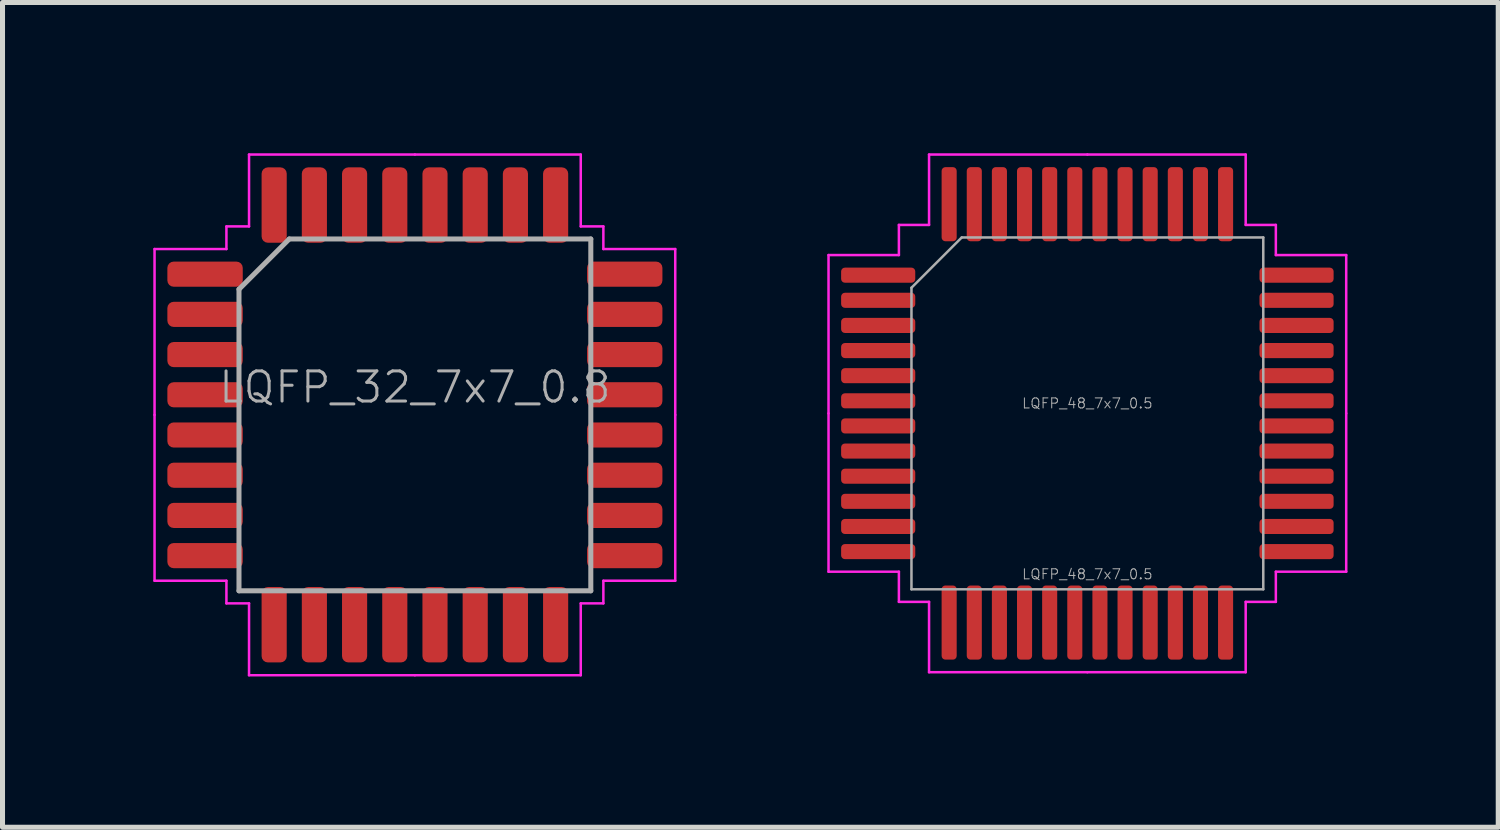
<source format=kicad_pcb>
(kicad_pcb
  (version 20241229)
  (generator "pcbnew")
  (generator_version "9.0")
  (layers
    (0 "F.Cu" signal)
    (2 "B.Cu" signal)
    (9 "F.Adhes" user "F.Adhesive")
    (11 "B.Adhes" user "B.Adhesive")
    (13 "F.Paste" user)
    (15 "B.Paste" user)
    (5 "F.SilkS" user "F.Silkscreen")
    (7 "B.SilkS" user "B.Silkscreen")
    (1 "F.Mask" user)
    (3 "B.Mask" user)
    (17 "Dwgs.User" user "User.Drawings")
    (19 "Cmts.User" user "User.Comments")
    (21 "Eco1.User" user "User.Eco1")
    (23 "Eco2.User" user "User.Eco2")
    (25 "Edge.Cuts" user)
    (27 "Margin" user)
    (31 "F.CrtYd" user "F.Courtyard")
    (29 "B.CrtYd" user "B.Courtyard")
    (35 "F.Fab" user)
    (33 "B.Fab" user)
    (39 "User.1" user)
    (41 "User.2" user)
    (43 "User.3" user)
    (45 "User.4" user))
  (footprint "LQFP_48_7x7_0.5"
    (layer "F.Cu")
    (at 18.585 5.175)
    (property "Reference" "LQFP_48_7x7_0.5" (at 0 -0.2 0) (unlocked yes) (layer "F.Fab") (effects (font (size 0.2 0.2) (thickness 0.02))))
    (attr smd)
    (fp_line (start -5.15 -3.15) (end -5.15 0) (stroke (width 0.05) (type solid)) (layer "F.CrtYd"))
    (fp_line (start -5.15 3.15) (end -5.15 0) (stroke (width 0.05) (type solid)) (layer "F.CrtYd"))
    (fp_line (start -3.75 -3.75) (end -3.75 -3.15) (stroke (width 0.05) (type solid)) (layer "F.CrtYd"))
    (fp_line (start -3.75 -3.15) (end -5.15 -3.15) (stroke (width 0.05) (type solid)) (layer "F.CrtYd"))
    (fp_line (start -3.75 3.15) (end -5.15 3.15) (stroke (width 0.05) (type solid)) (layer "F.CrtYd"))
    (fp_line (start -3.75 3.75) (end -3.75 3.15) (stroke (width 0.05) (type solid)) (layer "F.CrtYd"))
    (fp_line (start -3.15 -5.15) (end -3.15 -3.75) (stroke (width 0.05) (type solid)) (layer "F.CrtYd"))
    (fp_line (start -3.15 -3.75) (end -3.75 -3.75) (stroke (width 0.05) (type solid)) (layer "F.CrtYd"))
    (fp_line (start -3.15 3.75) (end -3.75 3.75) (stroke (width 0.05) (type solid)) (layer "F.CrtYd"))
    (fp_line (start -3.15 5.15) (end -3.15 3.75) (stroke (width 0.05) (type solid)) (layer "F.CrtYd"))
    (fp_line (start 0 -5.15) (end -3.15 -5.15) (stroke (width 0.05) (type solid)) (layer "F.CrtYd"))
    (fp_line (start 0 -5.15) (end 3.15 -5.15) (stroke (width 0.05) (type solid)) (layer "F.CrtYd"))
    (fp_line (start 0 5.15) (end -3.15 5.15) (stroke (width 0.05) (type solid)) (layer "F.CrtYd"))
    (fp_line (start 0 5.15) (end 3.15 5.15) (stroke (width 0.05) (type solid)) (layer "F.CrtYd"))
    (fp_line (start 3.15 -5.15) (end 3.15 -3.75) (stroke (width 0.05) (type solid)) (layer "F.CrtYd"))
    (fp_line (start 3.15 -3.75) (end 3.75 -3.75) (stroke (width 0.05) (type solid)) (layer "F.CrtYd"))
    (fp_line (start 3.15 3.75) (end 3.75 3.75) (stroke (width 0.05) (type solid)) (layer "F.CrtYd"))
    (fp_line (start 3.15 5.15) (end 3.15 3.75) (stroke (width 0.05) (type solid)) (layer "F.CrtYd"))
    (fp_line (start 3.75 -3.75) (end 3.75 -3.15) (stroke (width 0.05) (type solid)) (layer "F.CrtYd"))
    (fp_line (start 3.75 -3.15) (end 5.15 -3.15) (stroke (width 0.05) (type solid)) (layer "F.CrtYd"))
    (fp_line (start 3.75 3.15) (end 5.15 3.15) (stroke (width 0.05) (type solid)) (layer "F.CrtYd"))
    (fp_line (start 3.75 3.75) (end 3.75 3.15) (stroke (width 0.05) (type solid)) (layer "F.CrtYd"))
    (fp_line (start 5.15 -3.15) (end 5.15 0) (stroke (width 0.05) (type solid)) (layer "F.CrtYd"))
    (fp_line (start 5.15 3.15) (end 5.15 0) (stroke (width 0.05) (type solid)) (layer "F.CrtYd"))
    (fp_line (start -3.5 -2.5) (end -2.5 -3.5) (stroke (width 0.05) (type solid)) (layer "F.Fab"))
    (fp_line (start -3.5 3.5) (end -3.5 -2.5) (stroke (width 0.05) (type solid)) (layer "F.Fab"))
    (fp_line (start -2.5 -3.5) (end 3.5 -3.5) (stroke (width 0.05) (type solid)) (layer "F.Fab"))
    (fp_line (start 3.5 -3.5) (end 3.5 3.5) (stroke (width 0.05) (type solid)) (layer "F.Fab"))
    (fp_line (start 3.5 3.5) (end -3.5 3.5) (stroke (width 0.05) (type solid)) (layer "F.Fab"))
    (fp_text user "LQFP_48_7x7_0.5" (at 0 3.2 0) (unlocked yes) (layer "F.Fab") (effects (font (size 0.2 0.2) (thickness 0.02))))
    (pad "1" smd roundrect (at -4.162 -2.75) (size 1.475 0.3) (layers "F.Cu" "F.Mask" "F.Paste") (roundrect_rratio 0.25))
    (pad "2" smd roundrect (at -4.162 -2.25) (size 1.475 0.3) (layers "F.Cu" "F.Mask" "F.Paste") (roundrect_rratio 0.25))
    (pad "3" smd roundrect (at -4.162 -1.75) (size 1.475 0.3) (layers "F.Cu" "F.Mask" "F.Paste") (roundrect_rratio 0.25))
    (pad "4" smd roundrect (at -4.162 -1.25) (size 1.475 0.3) (layers "F.Cu" "F.Mask" "F.Paste") (roundrect_rratio 0.25))
    (pad "5" smd roundrect (at -4.162 -0.75) (size 1.475 0.3) (layers "F.Cu" "F.Mask" "F.Paste") (roundrect_rratio 0.25))
    (pad "6" smd roundrect (at -4.162 -0.25) (size 1.475 0.3) (layers "F.Cu" "F.Mask" "F.Paste") (roundrect_rratio 0.25))
    (pad "7" smd roundrect (at -4.162 0.25) (size 1.475 0.3) (layers "F.Cu" "F.Mask" "F.Paste") (roundrect_rratio 0.25))
    (pad "8" smd roundrect (at -4.162 0.75) (size 1.475 0.3) (layers "F.Cu" "F.Mask" "F.Paste") (roundrect_rratio 0.25))
    (pad "9" smd roundrect (at -4.162 1.25) (size 1.475 0.3) (layers "F.Cu" "F.Mask" "F.Paste") (roundrect_rratio 0.25))
    (pad "10" smd roundrect (at -4.162 1.75) (size 1.475 0.3) (layers "F.Cu" "F.Mask" "F.Paste") (roundrect_rratio 0.25))
    (pad "11" smd roundrect (at -4.162 2.25) (size 1.475 0.3) (layers "F.Cu" "F.Mask" "F.Paste") (roundrect_rratio 0.25))
    (pad "12" smd roundrect (at -4.162 2.75) (size 1.475 0.3) (layers "F.Cu" "F.Mask" "F.Paste") (roundrect_rratio 0.25))
    (pad "13" smd roundrect (at -2.75 4.162) (size 0.3 1.475) (layers "F.Cu" "F.Mask" "F.Paste") (roundrect_rratio 0.25))
    (pad "14" smd roundrect (at -2.25 4.162) (size 0.3 1.475) (layers "F.Cu" "F.Mask" "F.Paste") (roundrect_rratio 0.25))
    (pad "15" smd roundrect (at -1.75 4.162) (size 0.3 1.475) (layers "F.Cu" "F.Mask" "F.Paste") (roundrect_rratio 0.25))
    (pad "16" smd roundrect (at -1.25 4.162) (size 0.3 1.475) (layers "F.Cu" "F.Mask" "F.Paste") (roundrect_rratio 0.25))
    (pad "17" smd roundrect (at -0.75 4.162) (size 0.3 1.475) (layers "F.Cu" "F.Mask" "F.Paste") (roundrect_rratio 0.25))
    (pad "18" smd roundrect (at -0.25 4.162) (size 0.3 1.475) (layers "F.Cu" "F.Mask" "F.Paste") (roundrect_rratio 0.25))
    (pad "19" smd roundrect (at 0.25 4.162) (size 0.3 1.475) (layers "F.Cu" "F.Mask" "F.Paste") (roundrect_rratio 0.25))
    (pad "20" smd roundrect (at 0.75 4.162) (size 0.3 1.475) (layers "F.Cu" "F.Mask" "F.Paste") (roundrect_rratio 0.25))
    (pad "21" smd roundrect (at 1.25 4.162) (size 0.3 1.475) (layers "F.Cu" "F.Mask" "F.Paste") (roundrect_rratio 0.25))
    (pad "22" smd roundrect (at 1.75 4.162) (size 0.3 1.475) (layers "F.Cu" "F.Mask" "F.Paste") (roundrect_rratio 0.25))
    (pad "23" smd roundrect (at 2.25 4.162) (size 0.3 1.475) (layers "F.Cu" "F.Mask" "F.Paste") (roundrect_rratio 0.25))
    (pad "24" smd roundrect (at 2.75 4.162) (size 0.3 1.475) (layers "F.Cu" "F.Mask" "F.Paste") (roundrect_rratio 0.25))
    (pad "25" smd roundrect (at 4.162 2.75) (size 1.475 0.3) (layers "F.Cu" "F.Mask" "F.Paste") (roundrect_rratio 0.25))
    (pad "26" smd roundrect (at 4.162 2.25) (size 1.475 0.3) (layers "F.Cu" "F.Mask" "F.Paste") (roundrect_rratio 0.25))
    (pad "27" smd roundrect (at 4.162 1.75) (size 1.475 0.3) (layers "F.Cu" "F.Mask" "F.Paste") (roundrect_rratio 0.25))
    (pad "28" smd roundrect (at 4.162 1.25) (size 1.475 0.3) (layers "F.Cu" "F.Mask" "F.Paste") (roundrect_rratio 0.25))
    (pad "29" smd roundrect (at 4.162 0.75) (size 1.475 0.3) (layers "F.Cu" "F.Mask" "F.Paste") (roundrect_rratio 0.25))
    (pad "30" smd roundrect (at 4.162 0.25) (size 1.475 0.3) (layers "F.Cu" "F.Mask" "F.Paste") (roundrect_rratio 0.25))
    (pad "31" smd roundrect (at 4.162 -0.25) (size 1.475 0.3) (layers "F.Cu" "F.Mask" "F.Paste") (roundrect_rratio 0.25))
    (pad "32" smd roundrect (at 4.162 -0.75) (size 1.475 0.3) (layers "F.Cu" "F.Mask" "F.Paste") (roundrect_rratio 0.25))
    (pad "33" smd roundrect (at 4.162 -1.25) (size 1.475 0.3) (layers "F.Cu" "F.Mask" "F.Paste") (roundrect_rratio 0.25))
    (pad "34" smd roundrect (at 4.162 -1.75) (size 1.475 0.3) (layers "F.Cu" "F.Mask" "F.Paste") (roundrect_rratio 0.25))
    (pad "35" smd roundrect (at 4.162 -2.25) (size 1.475 0.3) (layers "F.Cu" "F.Mask" "F.Paste") (roundrect_rratio 0.25))
    (pad "36" smd roundrect (at 4.162 -2.75) (size 1.475 0.3) (layers "F.Cu" "F.Mask" "F.Paste") (roundrect_rratio 0.25))
    (pad "37" smd roundrect (at 2.75 -4.162) (size 0.3 1.475) (layers "F.Cu" "F.Mask" "F.Paste") (roundrect_rratio 0.25))
    (pad "38" smd roundrect (at 2.25 -4.162) (size 0.3 1.475) (layers "F.Cu" "F.Mask" "F.Paste") (roundrect_rratio 0.25))
    (pad "39" smd roundrect (at 1.75 -4.162) (size 0.3 1.475) (layers "F.Cu" "F.Mask" "F.Paste") (roundrect_rratio 0.25))
    (pad "40" smd roundrect (at 1.25 -4.162) (size 0.3 1.475) (layers "F.Cu" "F.Mask" "F.Paste") (roundrect_rratio 0.25))
    (pad "41" smd roundrect (at 0.75 -4.162) (size 0.3 1.475) (layers "F.Cu" "F.Mask" "F.Paste") (roundrect_rratio 0.25))
    (pad "42" smd roundrect (at 0.25 -4.162) (size 0.3 1.475) (layers "F.Cu" "F.Mask" "F.Paste") (roundrect_rratio 0.25))
    (pad "43" smd roundrect (at -0.25 -4.162) (size 0.3 1.475) (layers "F.Cu" "F.Mask" "F.Paste") (roundrect_rratio 0.25))
    (pad "44" smd roundrect (at -0.75 -4.162) (size 0.3 1.475) (layers "F.Cu" "F.Mask" "F.Paste") (roundrect_rratio 0.25))
    (pad "45" smd roundrect (at -1.25 -4.162) (size 0.3 1.475) (layers "F.Cu" "F.Mask" "F.Paste") (roundrect_rratio 0.25))
    (pad "46" smd roundrect (at -1.75 -4.162) (size 0.3 1.475) (layers "F.Cu" "F.Mask" "F.Paste") (roundrect_rratio 0.25))
    (pad "47" smd roundrect (at -2.25 -4.162) (size 0.3 1.475) (layers "F.Cu" "F.Mask" "F.Paste") (roundrect_rratio 0.25))
    (pad "48" smd roundrect (at -2.75 -4.162) (size 0.3 1.475) (layers "F.Cu" "F.Mask" "F.Paste") (roundrect_rratio 0.25)))
  (footprint "LQFP_32_7x7_0.8"
    (layer "F.Cu")
    (at 5.205 5.205)
    (property "Reference" "LQFP_32_7x7_0.8" (at 0 -0.55 0) (unlocked yes) (layer "F.Fab") (effects (font (size 0.6 0.6) (thickness 0.06))))
    (attr smd)
    (fp_line (start -5.18 -3.3) (end -5.18 0) (stroke (width 0.05) (type solid)) (layer "F.CrtYd"))
    (fp_line (start -5.18 3.3) (end -5.18 0) (stroke (width 0.05) (type solid)) (layer "F.CrtYd"))
    (fp_line (start -3.75 -3.75) (end -3.75 -3.3) (stroke (width 0.05) (type solid)) (layer "F.CrtYd"))
    (fp_line (start -3.75 -3.3) (end -5.18 -3.3) (stroke (width 0.05) (type solid)) (layer "F.CrtYd"))
    (fp_line (start -3.75 3.3) (end -5.18 3.3) (stroke (width 0.05) (type solid)) (layer "F.CrtYd"))
    (fp_line (start -3.75 3.75) (end -3.75 3.3) (stroke (width 0.05) (type solid)) (layer "F.CrtYd"))
    (fp_line (start -3.3 -5.18) (end -3.3 -3.75) (stroke (width 0.05) (type solid)) (layer "F.CrtYd"))
    (fp_line (start -3.3 -3.75) (end -3.75 -3.75) (stroke (width 0.05) (type solid)) (layer "F.CrtYd"))
    (fp_line (start -3.3 3.75) (end -3.75 3.75) (stroke (width 0.05) (type solid)) (layer "F.CrtYd"))
    (fp_line (start -3.3 5.18) (end -3.3 3.75) (stroke (width 0.05) (type solid)) (layer "F.CrtYd"))
    (fp_line (start 0 -5.18) (end -3.3 -5.18) (stroke (width 0.05) (type solid)) (layer "F.CrtYd"))
    (fp_line (start 0 -5.18) (end 3.3 -5.18) (stroke (width 0.05) (type solid)) (layer "F.CrtYd"))
    (fp_line (start 0 5.18) (end -3.3 5.18) (stroke (width 0.05) (type solid)) (layer "F.CrtYd"))
    (fp_line (start 0 5.18) (end 3.3 5.18) (stroke (width 0.05) (type solid)) (layer "F.CrtYd"))
    (fp_line (start 3.3 -5.18) (end 3.3 -3.75) (stroke (width 0.05) (type solid)) (layer "F.CrtYd"))
    (fp_line (start 3.3 -3.75) (end 3.75 -3.75) (stroke (width 0.05) (type solid)) (layer "F.CrtYd"))
    (fp_line (start 3.3 3.75) (end 3.75 3.75) (stroke (width 0.05) (type solid)) (layer "F.CrtYd"))
    (fp_line (start 3.3 5.18) (end 3.3 3.75) (stroke (width 0.05) (type solid)) (layer "F.CrtYd"))
    (fp_line (start 3.75 -3.75) (end 3.75 -3.3) (stroke (width 0.05) (type solid)) (layer "F.CrtYd"))
    (fp_line (start 3.75 -3.3) (end 5.18 -3.3) (stroke (width 0.05) (type solid)) (layer "F.CrtYd"))
    (fp_line (start 3.75 3.3) (end 5.18 3.3) (stroke (width 0.05) (type solid)) (layer "F.CrtYd"))
    (fp_line (start 3.75 3.75) (end 3.75 3.3) (stroke (width 0.05) (type solid)) (layer "F.CrtYd"))
    (fp_line (start 5.18 -3.3) (end 5.18 0) (stroke (width 0.05) (type solid)) (layer "F.CrtYd"))
    (fp_line (start 5.18 3.3) (end 5.18 0) (stroke (width 0.05) (type solid)) (layer "F.CrtYd"))
    (fp_line (start -3.5 -2.5) (end -2.5 -3.5) (stroke (width 0.1) (type solid)) (layer "F.Fab"))
    (fp_line (start -3.5 3.5) (end -3.5 -2.5) (stroke (width 0.1) (type solid)) (layer "F.Fab"))
    (fp_line (start -2.5 -3.5) (end 3.5 -3.5) (stroke (width 0.1) (type solid)) (layer "F.Fab"))
    (fp_line (start 3.5 -3.5) (end 3.5 3.5) (stroke (width 0.1) (type solid)) (layer "F.Fab"))
    (fp_line (start 3.5 3.5) (end -3.5 3.5) (stroke (width 0.1) (type solid)) (layer "F.Fab"))
    (pad "1" smd roundrect (at -4.175 -2.8) (size 1.5 0.5) (layers "F.Cu" "F.Mask" "F.Paste") (roundrect_rratio 0.25))
    (pad "2" smd roundrect (at -4.175 -2) (size 1.5 0.5) (layers "F.Cu" "F.Mask" "F.Paste") (roundrect_rratio 0.25))
    (pad "3" smd roundrect (at -4.175 -1.2) (size 1.5 0.5) (layers "F.Cu" "F.Mask" "F.Paste") (roundrect_rratio 0.25))
    (pad "4" smd roundrect (at -4.175 -0.4) (size 1.5 0.5) (layers "F.Cu" "F.Mask" "F.Paste") (roundrect_rratio 0.25))
    (pad "5" smd roundrect (at -4.175 0.4) (size 1.5 0.5) (layers "F.Cu" "F.Mask" "F.Paste") (roundrect_rratio 0.25))
    (pad "6" smd roundrect (at -4.175 1.2) (size 1.5 0.5) (layers "F.Cu" "F.Mask" "F.Paste") (roundrect_rratio 0.25))
    (pad "7" smd roundrect (at -4.175 2) (size 1.5 0.5) (layers "F.Cu" "F.Mask" "F.Paste") (roundrect_rratio 0.25))
    (pad "8" smd roundrect (at -4.175 2.8) (size 1.5 0.5) (layers "F.Cu" "F.Mask" "F.Paste") (roundrect_rratio 0.25))
    (pad "9" smd roundrect (at -2.8 4.175) (size 0.5 1.5) (layers "F.Cu" "F.Mask" "F.Paste") (roundrect_rratio 0.25))
    (pad "10" smd roundrect (at -2 4.175) (size 0.5 1.5) (layers "F.Cu" "F.Mask" "F.Paste") (roundrect_rratio 0.25))
    (pad "11" smd roundrect (at -1.2 4.175) (size 0.5 1.5) (layers "F.Cu" "F.Mask" "F.Paste") (roundrect_rratio 0.25))
    (pad "12" smd roundrect (at -0.4 4.175) (size 0.5 1.5) (layers "F.Cu" "F.Mask" "F.Paste") (roundrect_rratio 0.25))
    (pad "13" smd roundrect (at 0.4 4.175) (size 0.5 1.5) (layers "F.Cu" "F.Mask" "F.Paste") (roundrect_rratio 0.25))
    (pad "14" smd roundrect (at 1.2 4.175) (size 0.5 1.5) (layers "F.Cu" "F.Mask" "F.Paste") (roundrect_rratio 0.25))
    (pad "15" smd roundrect (at 2 4.175) (size 0.5 1.5) (layers "F.Cu" "F.Mask" "F.Paste") (roundrect_rratio 0.25))
    (pad "16" smd roundrect (at 2.8 4.175) (size 0.5 1.5) (layers "F.Cu" "F.Mask" "F.Paste") (roundrect_rratio 0.25))
    (pad "17" smd roundrect (at 4.175 2.8) (size 1.5 0.5) (layers "F.Cu" "F.Mask" "F.Paste") (roundrect_rratio 0.25))
    (pad "18" smd roundrect (at 4.175 2) (size 1.5 0.5) (layers "F.Cu" "F.Mask" "F.Paste") (roundrect_rratio 0.25))
    (pad "19" smd roundrect (at 4.175 1.2) (size 1.5 0.5) (layers "F.Cu" "F.Mask" "F.Paste") (roundrect_rratio 0.25))
    (pad "20" smd roundrect (at 4.175 0.4) (size 1.5 0.5) (layers "F.Cu" "F.Mask" "F.Paste") (roundrect_rratio 0.25))
    (pad "21" smd roundrect (at 4.175 -0.4) (size 1.5 0.5) (layers "F.Cu" "F.Mask" "F.Paste") (roundrect_rratio 0.25))
    (pad "22" smd roundrect (at 4.175 -1.2) (size 1.5 0.5) (layers "F.Cu" "F.Mask" "F.Paste") (roundrect_rratio 0.25))
    (pad "23" smd roundrect (at 4.175 -2) (size 1.5 0.5) (layers "F.Cu" "F.Mask" "F.Paste") (roundrect_rratio 0.25))
    (pad "24" smd roundrect (at 4.175 -2.8) (size 1.5 0.5) (layers "F.Cu" "F.Mask" "F.Paste") (roundrect_rratio 0.25))
    (pad "25" smd roundrect (at 2.8 -4.175) (size 0.5 1.5) (layers "F.Cu" "F.Mask" "F.Paste") (roundrect_rratio 0.25))
    (pad "26" smd roundrect (at 2 -4.175) (size 0.5 1.5) (layers "F.Cu" "F.Mask" "F.Paste") (roundrect_rratio 0.25))
    (pad "27" smd roundrect (at 1.2 -4.175) (size 0.5 1.5) (layers "F.Cu" "F.Mask" "F.Paste") (roundrect_rratio 0.25))
    (pad "28" smd roundrect (at 0.4 -4.175) (size 0.5 1.5) (layers "F.Cu" "F.Mask" "F.Paste") (roundrect_rratio 0.25))
    (pad "29" smd roundrect (at -0.4 -4.175) (size 0.5 1.5) (layers "F.Cu" "F.Mask" "F.Paste") (roundrect_rratio 0.25))
    (pad "30" smd roundrect (at -1.2 -4.175) (size 0.5 1.5) (layers "F.Cu" "F.Mask" "F.Paste") (roundrect_rratio 0.25))
    (pad "31" smd roundrect (at -2 -4.175) (size 0.5 1.5) (layers "F.Cu" "F.Mask" "F.Paste") (roundrect_rratio 0.25))
    (pad "32" smd roundrect (at -2.8 -4.175) (size 0.5 1.5) (layers "F.Cu" "F.Mask" "F.Paste") (roundrect_rratio 0.25)))
  (gr_rect
    (start -3 -3)
    (end 26.76 13.41)
    (stroke (width 0.1) (type default))
    (fill no)
    (layer "Edge.Cuts")))
</source>
